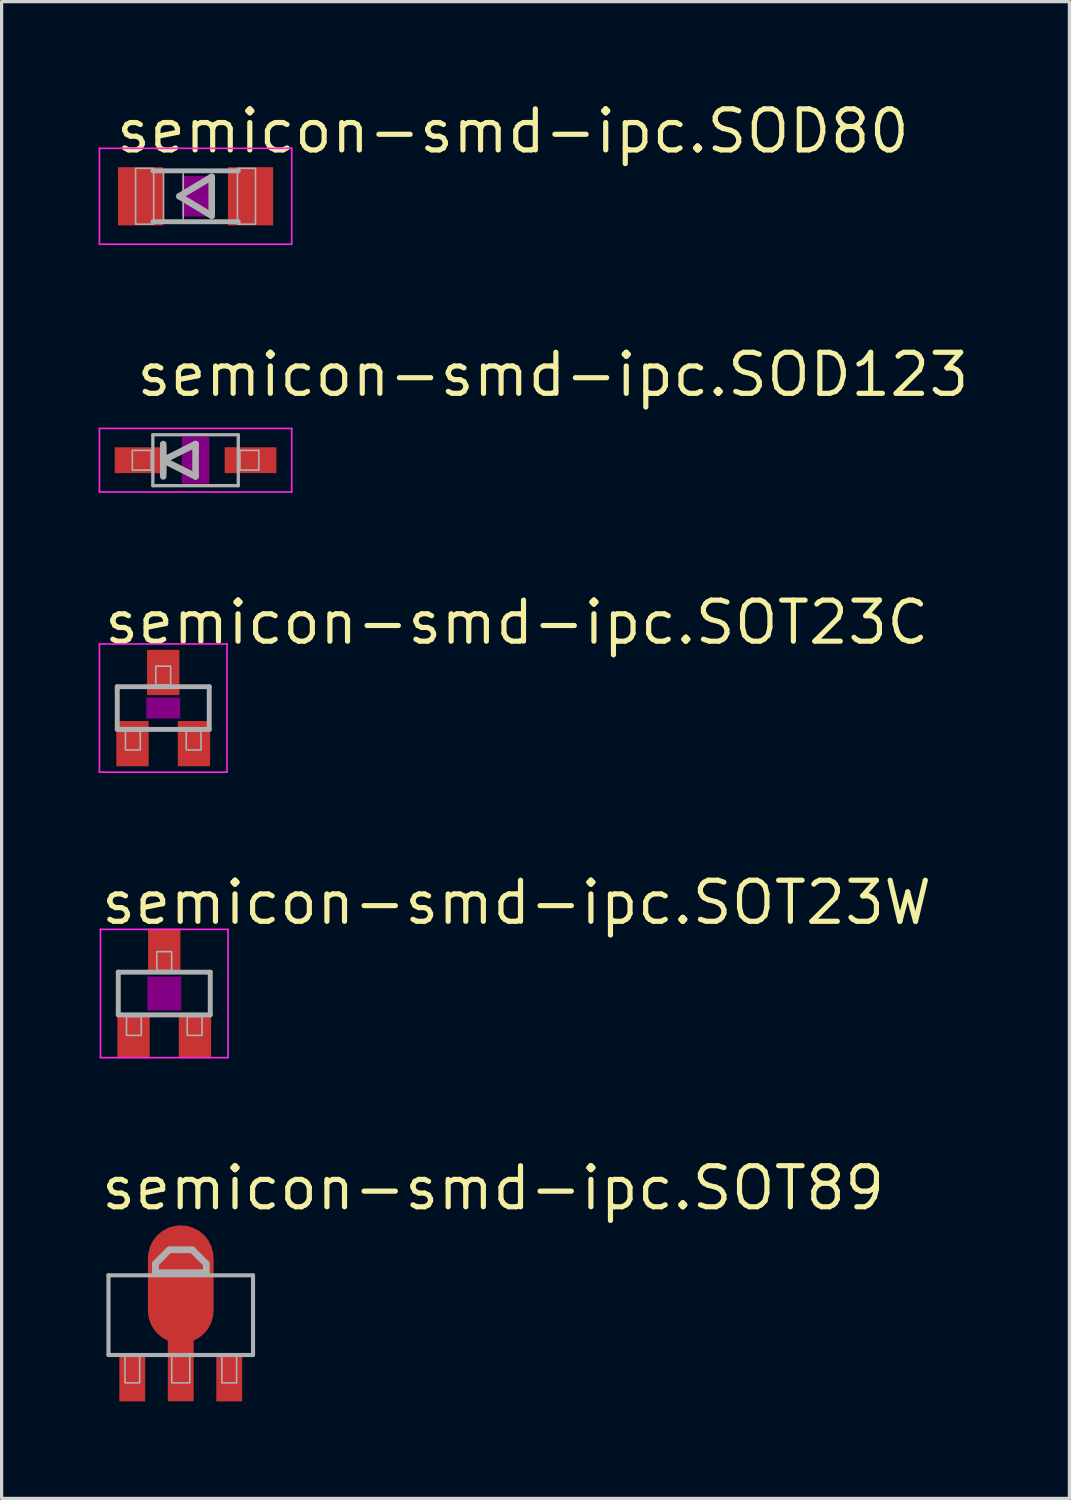
<source format=kicad_pcb>
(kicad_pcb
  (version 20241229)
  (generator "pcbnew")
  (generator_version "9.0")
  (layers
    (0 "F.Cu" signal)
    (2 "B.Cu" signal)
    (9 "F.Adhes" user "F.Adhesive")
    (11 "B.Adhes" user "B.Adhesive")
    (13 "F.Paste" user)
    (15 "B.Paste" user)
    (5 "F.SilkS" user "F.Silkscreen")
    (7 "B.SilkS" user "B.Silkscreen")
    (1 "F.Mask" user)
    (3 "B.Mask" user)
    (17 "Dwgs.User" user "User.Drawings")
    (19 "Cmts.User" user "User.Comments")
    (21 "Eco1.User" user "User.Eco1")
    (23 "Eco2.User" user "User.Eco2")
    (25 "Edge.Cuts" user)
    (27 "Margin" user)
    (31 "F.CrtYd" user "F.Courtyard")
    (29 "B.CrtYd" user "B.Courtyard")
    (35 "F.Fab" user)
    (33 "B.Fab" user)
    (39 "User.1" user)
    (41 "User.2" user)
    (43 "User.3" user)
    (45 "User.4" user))
  (footprint "semicon-smd-ipc.SOT23W"
    (layer "F.Cu")
    (at 2.03 27.675)
    (property "Reference" "semicon-smd-ipc.SOT23W" (at -2.03 -2.07 0) (layer "F.SilkS") (effects (font (size 1.27 1.27) (thickness 0.16)) (justify left bottom)))
    (attr smd)
    (fp_rect (start -0.5 0.5) (end 0.5 -0.5) (stroke (width 0.05) (type default)) (fill yes) (layer "F.Adhes"))
    (fp_line (start -1.973 -1.983) (end 1.973 -1.983) (stroke (width 0.051) (type default)) (layer "F.CrtYd"))
    (fp_line (start -1.973 1.983) (end -1.973 -1.983) (stroke (width 0.051) (type default)) (layer "F.CrtYd"))
    (fp_line (start 1.973 -1.983) (end 1.973 1.983) (stroke (width 0.051) (type default)) (layer "F.CrtYd"))
    (fp_line (start 1.973 1.983) (end -1.973 1.983) (stroke (width 0.051) (type default)) (layer "F.CrtYd"))
    (fp_line (start -1.422 -0.66) (end 1.422 -0.66) (stroke (width 0.152) (type default)) (layer "F.Fab"))
    (fp_line (start -1.422 0.66) (end -1.422 -0.66) (stroke (width 0.152) (type default)) (layer "F.Fab"))
    (fp_line (start 1.422 -0.66) (end 1.422 0.66) (stroke (width 0.152) (type default)) (layer "F.Fab"))
    (fp_line (start 1.422 0.66) (end -1.422 0.66) (stroke (width 0.152) (type default)) (layer "F.Fab"))
    (fp_rect (start -1.168 1.295) (end -0.711 0.711) (stroke (width 0.05) (type default)) (fill no) (layer "F.Fab"))
    (fp_rect (start -0.229 -0.711) (end 0.229 -1.295) (stroke (width 0.05) (type default)) (fill no) (layer "F.Fab"))
    (fp_rect (start 0.711 1.295) (end 1.168 0.711) (stroke (width 0.05) (type default)) (fill no) (layer "F.Fab"))
    (pad "1" smd roundrect (at -0.95 1.303) (size 1 1.4) (layers "F.Cu" "F.Mask" "F.Paste") (roundrect_rratio 0.01))
    (pad "2" smd roundrect (at 0.95 1.303) (size 1 1.4) (layers "F.Cu" "F.Mask" "F.Paste") (roundrect_rratio 0.01))
    (pad "3" smd roundrect (at 0 -1.303) (size 1 1.4) (layers "F.Cu" "F.Mask" "F.Paste") (roundrect_rratio 0.01)))
  (footprint "semicon-smd-ipc.SOT89"
    (layer "F.Cu")
    (at 2.54 37.609)
    (property "Reference" "semicon-smd-ipc.SOT89" (at -2.54 -3.175 0) (layer "F.SilkS") (effects (font (size 1.27 1.27) (thickness 0.16)) (justify left bottom)))
    (attr smd)
    (fp_line (start -2.235 -1.219) (end 2.235 -1.219) (stroke (width 0.127) (type default)) (layer "F.Fab"))
    (fp_line (start -2.235 1.245) (end -2.235 -1.219) (stroke (width 0.127) (type default)) (layer "F.Fab"))
    (fp_line (start -0.787 -1.575) (end -0.356 -2.007) (stroke (width 0.2) (type default)) (layer "F.Fab"))
    (fp_line (start -0.787 -1.295) (end -0.787 -1.575) (stroke (width 0.2) (type default)) (layer "F.Fab"))
    (fp_line (start -0.356 -2.007) (end 0.356 -2.007) (stroke (width 0.2) (type default)) (layer "F.Fab"))
    (fp_line (start 0.356 -2.007) (end 0.787 -1.575) (stroke (width 0.2) (type default)) (layer "F.Fab"))
    (fp_line (start 0.787 -1.575) (end 0.787 -1.295) (stroke (width 0.2) (type default)) (layer "F.Fab"))
    (fp_line (start 0.787 -1.295) (end -0.787 -1.295) (stroke (width 0.2) (type default)) (layer "F.Fab"))
    (fp_line (start 2.235 -1.219) (end 2.235 1.245) (stroke (width 0.127) (type default)) (layer "F.Fab"))
    (fp_line (start 2.235 1.245) (end -2.235 1.245) (stroke (width 0.127) (type default)) (layer "F.Fab"))
    (fp_rect (start -1.727 2.108) (end -1.27 1.27) (stroke (width 0.05) (type default)) (fill no) (layer "F.Fab"))
    (fp_rect (start -0.279 2.108) (end 0.279 1.27) (stroke (width 0.05) (type default)) (fill no) (layer "F.Fab"))
    (fp_rect (start 1.27 2.108) (end 1.727 1.27) (stroke (width 0.05) (type default)) (fill no) (layer "F.Fab"))
    (fp_poly (pts (xy -0.787 -1.321) (xy -0.787 -1.575) (xy -0.356 -2.007) (xy 0.305 -2.007) (xy 0.356 -2.007) (xy 0.787 -1.575) (xy 0.787 -1.295) (xy -0.787 -1.295)) (stroke (width 0.2) (type default)) (fill no) (layer "F.Fab"))
    (pad "1" smd roundrect (at -1.499 1.981) (size 0.8 1.4) (layers "F.Cu" "F.Mask" "F.Paste") (roundrect_rratio 0.01))
    (pad "2" smd roundrect (at 0 1.727) (size 0.8 1.9) (layers "F.Cu" "F.Mask" "F.Paste") (roundrect_rratio 0.01))
    (pad "2@1" smd roundrect (at 0 -0.94) (size 2.032 3.65) (layers "F.Cu" "F.Mask" "F.Paste") (roundrect_rratio 0.5))
    (pad "3" smd roundrect (at 1.499 1.981) (size 0.8 1.4) (layers "F.Cu" "F.Mask" "F.Paste") (roundrect_rratio 0.01)))
  (footprint "semicon-smd-ipc.SOT23C"
    (layer "F.Cu")
    (at 1.998 18.847)
    (property "Reference" "semicon-smd-ipc.SOT23C" (at -1.905 -1.905 0) (layer "F.SilkS") (effects (font (size 1.27 1.27) (thickness 0.16)) (justify left bottom)))
    (attr smd)
    (fp_rect (start -0.5 0.3) (end 0.5 -0.3) (stroke (width 0.05) (type default)) (fill yes) (layer "F.Adhes"))
    (fp_line (start -1.973 -1.983) (end 1.973 -1.983) (stroke (width 0.051) (type default)) (layer "F.CrtYd"))
    (fp_line (start -1.973 1.983) (end -1.973 -1.983) (stroke (width 0.051) (type default)) (layer "F.CrtYd"))
    (fp_line (start 1.973 -1.983) (end 1.973 1.983) (stroke (width 0.051) (type default)) (layer "F.CrtYd"))
    (fp_line (start 1.973 1.983) (end -1.973 1.983) (stroke (width 0.051) (type default)) (layer "F.CrtYd"))
    (fp_line (start -1.422 -0.66) (end 1.422 -0.66) (stroke (width 0.152) (type default)) (layer "F.Fab"))
    (fp_line (start -1.422 0.66) (end -1.422 -0.66) (stroke (width 0.152) (type default)) (layer "F.Fab"))
    (fp_line (start 1.422 -0.66) (end 1.422 0.66) (stroke (width 0.152) (type default)) (layer "F.Fab"))
    (fp_line (start 1.422 0.66) (end -1.422 0.66) (stroke (width 0.152) (type default)) (layer "F.Fab"))
    (fp_rect (start -1.168 1.295) (end -0.711 0.711) (stroke (width 0.05) (type default)) (fill no) (layer "F.Fab"))
    (fp_rect (start -0.229 -0.711) (end 0.229 -1.295) (stroke (width 0.05) (type default)) (fill no) (layer "F.Fab"))
    (fp_rect (start 0.711 1.295) (end 1.168 0.711) (stroke (width 0.05) (type default)) (fill no) (layer "F.Fab"))
    (pad "1" smd roundrect (at -0.95 1.1) (size 1 1.4) (layers "F.Cu" "F.Mask" "F.Paste") (roundrect_rratio 0.01))
    (pad "2" smd roundrect (at 0.95 1.1) (size 1 1.4) (layers "F.Cu" "F.Mask" "F.Paste") (roundrect_rratio 0.01))
    (pad "3" smd roundrect (at 0 -1.1) (size 1 1.4) (layers "F.Cu" "F.Mask" "F.Paste") (roundrect_rratio 0.01)))
  (footprint "semicon-smd-ipc.SOD123"
    (layer "F.Cu")
    (at 2.998 11.183)
    (property "Reference" "semicon-smd-ipc.SOD123" (at -1.905 -1.905 0) (layer "F.SilkS") (effects (font (size 1.27 1.27) (thickness 0.16)) (justify left bottom)))
    (attr smd)
    (fp_rect (start -0.4 0.7) (end 0.4 -0.7) (stroke (width 0.05) (type default)) (fill yes) (layer "F.Adhes"))
    (fp_line (start -2.973 -0.983) (end 2.973 -0.983) (stroke (width 0.051) (type default)) (layer "F.CrtYd"))
    (fp_line (start -2.973 0.983) (end -2.973 -0.983) (stroke (width 0.051) (type default)) (layer "F.CrtYd"))
    (fp_line (start 2.973 -0.983) (end 2.973 0.983) (stroke (width 0.051) (type default)) (layer "F.CrtYd"))
    (fp_line (start 2.973 0.983) (end -2.973 0.983) (stroke (width 0.051) (type default)) (layer "F.CrtYd"))
    (fp_line (start -1.321 -0.787) (end 1.321 -0.787) (stroke (width 0.102) (type default)) (layer "F.Fab"))
    (fp_line (start -1.321 0.787) (end -1.321 -0.787) (stroke (width 0.102) (type default)) (layer "F.Fab"))
    (fp_line (start -1.321 0.787) (end 1.321 0.787) (stroke (width 0.102) (type default)) (layer "F.Fab"))
    (fp_line (start -1 -0.5) (end -1 0) (stroke (width 0.203) (type default)) (layer "F.Fab"))
    (fp_line (start -1 0) (end -1 0.5) (stroke (width 0.203) (type default)) (layer "F.Fab"))
    (fp_line (start -1 0) (end 0 -0.5) (stroke (width 0.203) (type default)) (layer "F.Fab"))
    (fp_line (start 0 -0.5) (end 0 0.5) (stroke (width 0.203) (type default)) (layer "F.Fab"))
    (fp_line (start 0 0.5) (end -1 0) (stroke (width 0.203) (type default)) (layer "F.Fab"))
    (fp_line (start 1.321 0.787) (end 1.321 -0.787) (stroke (width 0.102) (type default)) (layer "F.Fab"))
    (fp_rect (start -1.956 0.305) (end -1.372 -0.305) (stroke (width 0.05) (type default)) (fill no) (layer "F.Fab"))
    (fp_rect (start 1.372 0.305) (end 1.956 -0.305) (stroke (width 0.05) (type default)) (fill no) (layer "F.Fab"))
    (pad "1" smd roundrect (at -1.7 0) (size 1.6 0.8) (layers "F.Cu" "F.Mask" "F.Paste") (roundrect_rratio 0.01))
    (pad "2" smd roundrect (at 1.7 0) (size 1.6 0.8) (layers "F.Cu" "F.Mask" "F.Paste") (roundrect_rratio 0.01)))
  (footprint "semicon-smd-ipc.SOD80"
    (layer "F.Cu")
    (at 2.998 3.02)
    (property "Reference" "semicon-smd-ipc.SOD80" (at -2.54 -1.27 0) (layer "F.SilkS") (effects (font (size 1.27 1.27) (thickness 0.16)) (justify left bottom)))
    (attr smd)
    (fp_rect (start -0.4 0.6) (end 0.4 -0.6) (stroke (width 0.05) (type default)) (fill yes) (layer "F.Adhes"))
    (fp_line (start -2.973 -1.483) (end 2.973 -1.483) (stroke (width 0.051) (type default)) (layer "F.CrtYd"))
    (fp_line (start -2.973 1.483) (end -2.973 -1.483) (stroke (width 0.051) (type default)) (layer "F.CrtYd"))
    (fp_line (start 2.973 -1.483) (end 2.973 1.483) (stroke (width 0.051) (type default)) (layer "F.CrtYd"))
    (fp_line (start 2.973 1.483) (end -2.973 1.483) (stroke (width 0.051) (type default)) (layer "F.CrtYd"))
    (fp_line (start -0.5 0) (end 0.5 0.6) (stroke (width 0.203) (type default)) (layer "F.Fab"))
    (fp_line (start 0.5 -0.6) (end -0.5 0) (stroke (width 0.203) (type default)) (layer "F.Fab"))
    (fp_line (start 0.5 0.6) (end 0.5 -0.6) (stroke (width 0.203) (type default)) (layer "F.Fab"))
    (fp_line (start 1.321 -0.787) (end -1.321 -0.787) (stroke (width 0.152) (type default)) (layer "F.Fab"))
    (fp_line (start 1.321 0.787) (end -1.321 0.787) (stroke (width 0.152) (type default)) (layer "F.Fab"))
    (fp_rect (start -1.854 0.864) (end -1.295 -0.864) (stroke (width 0.05) (type default)) (fill no) (layer "F.Fab"))
    (fp_rect (start -0.991 0.787) (end -0.381 -0.787) (stroke (width 0.05) (type default)) (fill no) (layer "F.Fab"))
    (fp_rect (start 1.295 0.864) (end 1.854 -0.864) (stroke (width 0.05) (type default)) (fill no) (layer "F.Fab"))
    (pad "1" smd roundrect (at -1.7 0) (size 1.4 1.8) (layers "F.Cu" "F.Mask" "F.Paste") (roundrect_rratio 0.01))
    (pad "2" smd roundrect (at 1.7 0) (size 1.4 1.8) (layers "F.Cu" "F.Mask" "F.Paste") (roundrect_rratio 0.01)))
  (gr_rect
    (start -3 -3)
    (end 30.022 43.29)
    (stroke (width 0.1) (type default))
    (fill no)
    (layer "Edge.Cuts")))
</source>
